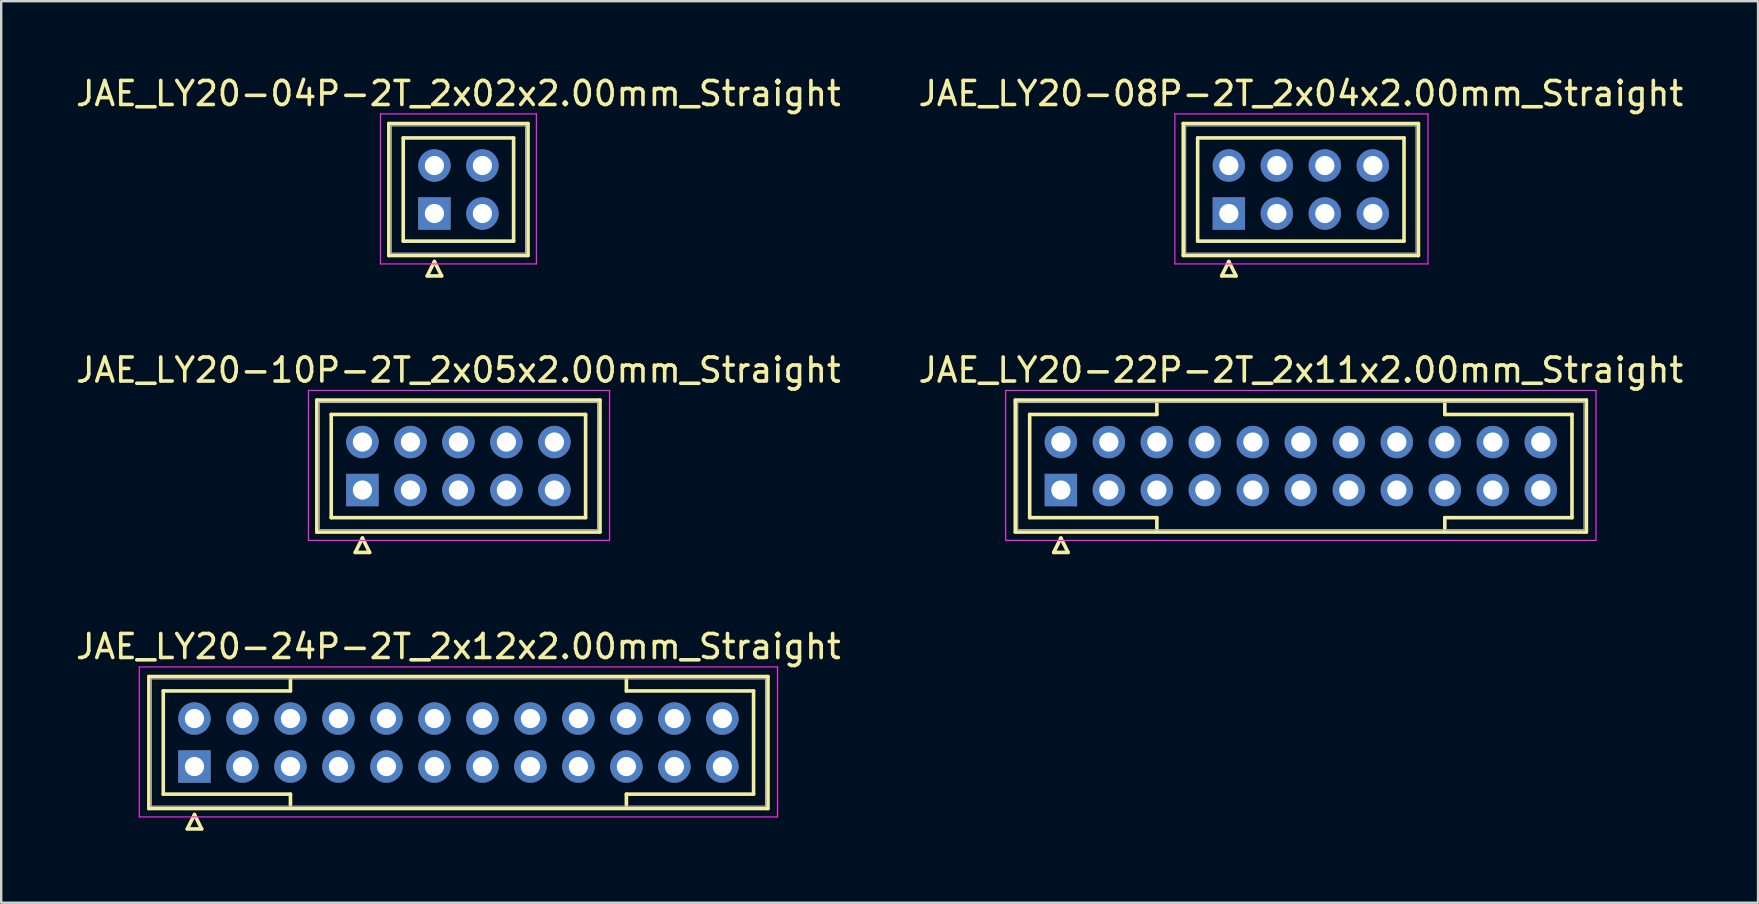
<source format=kicad_pcb>
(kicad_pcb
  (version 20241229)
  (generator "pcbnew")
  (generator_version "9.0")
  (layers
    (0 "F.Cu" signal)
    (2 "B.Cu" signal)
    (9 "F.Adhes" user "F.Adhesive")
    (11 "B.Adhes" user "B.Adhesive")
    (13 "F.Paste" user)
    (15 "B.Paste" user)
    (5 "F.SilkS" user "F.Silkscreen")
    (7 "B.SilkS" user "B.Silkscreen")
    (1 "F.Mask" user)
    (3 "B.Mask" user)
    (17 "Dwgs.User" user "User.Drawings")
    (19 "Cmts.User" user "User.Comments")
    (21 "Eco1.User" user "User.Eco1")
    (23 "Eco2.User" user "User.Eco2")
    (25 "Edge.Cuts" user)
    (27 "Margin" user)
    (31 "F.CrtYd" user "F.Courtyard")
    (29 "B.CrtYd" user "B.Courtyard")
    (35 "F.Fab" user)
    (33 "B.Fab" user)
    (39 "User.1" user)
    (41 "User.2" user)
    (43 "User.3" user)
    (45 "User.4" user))
  (footprint "JAE_LY20-24P-2T_2x12x2.00mm_Straight"
    (layer "F.Cu")
    (at 5.054 28.895)
    (property "Reference" "JAE_LY20-24P-2T_2x12x2.00mm_Straight" (at 11 -5 0) (layer "F.SilkS") (effects (font (size 1 1) (thickness 0.15))))
    (attr through_hole)
    (fp_line (start -1.9 -3.75) (end -1.9 1.75) (stroke (width 0.15) (type solid)) (layer "F.SilkS"))
    (fp_line (start -1.9 1.75) (end 23.9 1.75) (stroke (width 0.15) (type solid)) (layer "F.SilkS"))
    (fp_line (start -1.3 -3.15) (end 4 -3.15) (stroke (width 0.15) (type solid)) (layer "F.SilkS"))
    (fp_line (start -1.3 1.15) (end -1.3 -3.15) (stroke (width 0.15) (type solid)) (layer "F.SilkS"))
    (fp_line (start -0.3 2.6) (end 0.3 2.6) (stroke (width 0.15) (type solid)) (layer "F.SilkS"))
    (fp_line (start 0 2) (end -0.3 2.6) (stroke (width 0.15) (type solid)) (layer "F.SilkS"))
    (fp_line (start 0.3 2.6) (end 0 2) (stroke (width 0.15) (type solid)) (layer "F.SilkS"))
    (fp_line (start 4 -3.15) (end 4 -3.65) (stroke (width 0.15) (type solid)) (layer "F.SilkS"))
    (fp_line (start 4 1.15) (end -1.3 1.15) (stroke (width 0.15) (type solid)) (layer "F.SilkS"))
    (fp_line (start 4 1.65) (end 4 1.15) (stroke (width 0.15) (type solid)) (layer "F.SilkS"))
    (fp_line (start 18 -3.15) (end 18 -3.65) (stroke (width 0.15) (type solid)) (layer "F.SilkS"))
    (fp_line (start 18 1.15) (end 23.3 1.15) (stroke (width 0.15) (type solid)) (layer "F.SilkS"))
    (fp_line (start 18 1.65) (end 18 1.15) (stroke (width 0.15) (type solid)) (layer "F.SilkS"))
    (fp_line (start 23.3 -3.15) (end 18 -3.15) (stroke (width 0.15) (type solid)) (layer "F.SilkS"))
    (fp_line (start 23.3 1.15) (end 23.3 -3.15) (stroke (width 0.15) (type solid)) (layer "F.SilkS"))
    (fp_line (start 23.9 -3.75) (end -1.9 -3.75) (stroke (width 0.15) (type solid)) (layer "F.SilkS"))
    (fp_line (start 23.9 1.75) (end 23.9 -3.75) (stroke (width 0.15) (type solid)) (layer "F.SilkS"))
    (fp_line (start -2.3 -4.15) (end -2.3 2.1) (stroke (width 0.05) (type solid)) (layer "F.CrtYd"))
    (fp_line (start -2.3 2.1) (end 24.3 2.1) (stroke (width 0.05) (type solid)) (layer "F.CrtYd"))
    (fp_line (start 24.3 -4.15) (end -2.3 -4.15) (stroke (width 0.05) (type solid)) (layer "F.CrtYd"))
    (fp_line (start 24.3 2.1) (end 24.3 -4.15) (stroke (width 0.05) (type solid)) (layer "F.CrtYd"))
    (fp_line (start -1.8 -3.65) (end -1.8 1.65) (stroke (width 0.05) (type solid)) (layer "F.Fab"))
    (fp_line (start -1.8 1.65) (end 23.8 1.65) (stroke (width 0.05) (type solid)) (layer "F.Fab"))
    (fp_line (start 23.8 -3.65) (end -1.8 -3.65) (stroke (width 0.05) (type solid)) (layer "F.Fab"))
    (fp_line (start 23.8 1.65) (end 23.8 -3.65) (stroke (width 0.05) (type solid)) (layer "F.Fab"))
    (pad "1" thru_hole rect (at 0 0) (size 1.35 1.35) (drill 0.8) (layers "*.Cu" "*.Mask"))
    (pad "2" thru_hole circle (at 2 0) (size 1.35 1.35) (drill 0.8) (layers "*.Cu" "*.Mask"))
    (pad "3" thru_hole circle (at 4 0) (size 1.35 1.35) (drill 0.8) (layers "*.Cu" "*.Mask"))
    (pad "4" thru_hole circle (at 6 0) (size 1.35 1.35) (drill 0.8) (layers "*.Cu" "*.Mask"))
    (pad "5" thru_hole circle (at 8 0) (size 1.35 1.35) (drill 0.8) (layers "*.Cu" "*.Mask"))
    (pad "6" thru_hole circle (at 10 0) (size 1.35 1.35) (drill 0.8) (layers "*.Cu" "*.Mask"))
    (pad "7" thru_hole circle (at 12 0) (size 1.35 1.35) (drill 0.8) (layers "*.Cu" "*.Mask"))
    (pad "8" thru_hole circle (at 14 0) (size 1.35 1.35) (drill 0.8) (layers "*.Cu" "*.Mask"))
    (pad "9" thru_hole circle (at 16 0) (size 1.35 1.35) (drill 0.8) (layers "*.Cu" "*.Mask"))
    (pad "10" thru_hole circle (at 18 0) (size 1.35 1.35) (drill 0.8) (layers "*.Cu" "*.Mask"))
    (pad "11" thru_hole circle (at 20 0) (size 1.35 1.35) (drill 0.8) (layers "*.Cu" "*.Mask"))
    (pad "12" thru_hole circle (at 22 0) (size 1.35 1.35) (drill 0.8) (layers "*.Cu" "*.Mask"))
    (pad "13" thru_hole circle (at 0 -2) (size 1.35 1.35) (drill 0.8) (layers "*.Cu" "*.Mask"))
    (pad "14" thru_hole circle (at 2 -2) (size 1.35 1.35) (drill 0.8) (layers "*.Cu" "*.Mask"))
    (pad "15" thru_hole circle (at 4 -2) (size 1.35 1.35) (drill 0.8) (layers "*.Cu" "*.Mask"))
    (pad "16" thru_hole circle (at 6 -2) (size 1.35 1.35) (drill 0.8) (layers "*.Cu" "*.Mask"))
    (pad "17" thru_hole circle (at 8 -2) (size 1.35 1.35) (drill 0.8) (layers "*.Cu" "*.Mask"))
    (pad "18" thru_hole circle (at 10 -2) (size 1.35 1.35) (drill 0.8) (layers "*.Cu" "*.Mask"))
    (pad "19" thru_hole circle (at 12 -2) (size 1.35 1.35) (drill 0.8) (layers "*.Cu" "*.Mask"))
    (pad "20" thru_hole circle (at 14 -2) (size 1.35 1.35) (drill 0.8) (layers "*.Cu" "*.Mask"))
    (pad "21" thru_hole circle (at 16 -2) (size 1.35 1.35) (drill 0.8) (layers "*.Cu" "*.Mask"))
    (pad "22" thru_hole circle (at 18 -2) (size 1.35 1.35) (drill 0.8) (layers "*.Cu" "*.Mask"))
    (pad "23" thru_hole circle (at 20 -2) (size 1.35 1.35) (drill 0.8) (layers "*.Cu" "*.Mask"))
    (pad "24" thru_hole circle (at 22 -2) (size 1.35 1.35) (drill 0.8) (layers "*.Cu" "*.Mask")))
  (footprint "JAE_LY20-08P-2T_2x04x2.00mm_Straight"
    (layer "F.Cu")
    (at 48.161 5.848)
    (property "Reference" "JAE_LY20-08P-2T_2x04x2.00mm_Straight" (at 3 -5 0) (layer "F.SilkS") (effects (font (size 1 1) (thickness 0.15))))
    (attr through_hole)
    (fp_line (start -1.9 -3.75) (end -1.9 1.75) (stroke (width 0.15) (type solid)) (layer "F.SilkS"))
    (fp_line (start -1.9 1.75) (end 7.9 1.75) (stroke (width 0.15) (type solid)) (layer "F.SilkS"))
    (fp_line (start -1.3 -3.15) (end -1.3 1.15) (stroke (width 0.15) (type solid)) (layer "F.SilkS"))
    (fp_line (start -1.3 1.15) (end 7.3 1.15) (stroke (width 0.15) (type solid)) (layer "F.SilkS"))
    (fp_line (start -0.3 2.6) (end 0.3 2.6) (stroke (width 0.15) (type solid)) (layer "F.SilkS"))
    (fp_line (start 0 2) (end -0.3 2.6) (stroke (width 0.15) (type solid)) (layer "F.SilkS"))
    (fp_line (start 0.3 2.6) (end 0 2) (stroke (width 0.15) (type solid)) (layer "F.SilkS"))
    (fp_line (start 7.3 -3.15) (end -1.3 -3.15) (stroke (width 0.15) (type solid)) (layer "F.SilkS"))
    (fp_line (start 7.3 1.15) (end 7.3 -3.15) (stroke (width 0.15) (type solid)) (layer "F.SilkS"))
    (fp_line (start 7.9 -3.75) (end -1.9 -3.75) (stroke (width 0.15) (type solid)) (layer "F.SilkS"))
    (fp_line (start 7.9 1.75) (end 7.9 -3.75) (stroke (width 0.15) (type solid)) (layer "F.SilkS"))
    (fp_line (start -2.25 -4.15) (end -2.25 2.1) (stroke (width 0.05) (type solid)) (layer "F.CrtYd"))
    (fp_line (start -2.25 2.1) (end 8.3 2.1) (stroke (width 0.05) (type solid)) (layer "F.CrtYd"))
    (fp_line (start 8.3 -4.15) (end -2.25 -4.15) (stroke (width 0.05) (type solid)) (layer "F.CrtYd"))
    (fp_line (start 8.3 2.1) (end 8.3 -4.15) (stroke (width 0.05) (type solid)) (layer "F.CrtYd"))
    (fp_line (start -1.8 -3.65) (end -1.8 1.65) (stroke (width 0.05) (type solid)) (layer "F.Fab"))
    (fp_line (start -1.8 1.65) (end 7.8 1.65) (stroke (width 0.05) (type solid)) (layer "F.Fab"))
    (fp_line (start 7.8 -3.65) (end -1.8 -3.65) (stroke (width 0.05) (type solid)) (layer "F.Fab"))
    (fp_line (start 7.8 1.65) (end 7.8 -3.65) (stroke (width 0.05) (type solid)) (layer "F.Fab"))
    (pad "1" thru_hole rect (at 0 0) (size 1.35 1.35) (drill 0.8) (layers "*.Cu" "*.Mask"))
    (pad "2" thru_hole circle (at 2 0) (size 1.35 1.35) (drill 0.8) (layers "*.Cu" "*.Mask"))
    (pad "3" thru_hole circle (at 4 0) (size 1.35 1.35) (drill 0.8) (layers "*.Cu" "*.Mask"))
    (pad "4" thru_hole circle (at 6 0) (size 1.35 1.35) (drill 0.8) (layers "*.Cu" "*.Mask"))
    (pad "5" thru_hole circle (at 0 -2) (size 1.35 1.35) (drill 0.8) (layers "*.Cu" "*.Mask"))
    (pad "6" thru_hole circle (at 2 -2) (size 1.35 1.35) (drill 0.8) (layers "*.Cu" "*.Mask"))
    (pad "7" thru_hole circle (at 4 -2) (size 1.35 1.35) (drill 0.8) (layers "*.Cu" "*.Mask"))
    (pad "8" thru_hole circle (at 6 -2) (size 1.35 1.35) (drill 0.8) (layers "*.Cu" "*.Mask")))
  (footprint "JAE_LY20-10P-2T_2x05x2.00mm_Straight"
    (layer "F.Cu")
    (at 12.054 17.372)
    (property "Reference" "JAE_LY20-10P-2T_2x05x2.00mm_Straight" (at 4 -5 0) (layer "F.SilkS") (effects (font (size 1 1) (thickness 0.15))))
    (attr through_hole)
    (fp_line (start -1.9 -3.75) (end -1.9 1.75) (stroke (width 0.15) (type solid)) (layer "F.SilkS"))
    (fp_line (start -1.9 1.75) (end 9.9 1.75) (stroke (width 0.15) (type solid)) (layer "F.SilkS"))
    (fp_line (start -1.3 -3.15) (end -1.3 1.15) (stroke (width 0.15) (type solid)) (layer "F.SilkS"))
    (fp_line (start -1.3 1.15) (end 9.3 1.15) (stroke (width 0.15) (type solid)) (layer "F.SilkS"))
    (fp_line (start -0.3 2.6) (end 0.3 2.6) (stroke (width 0.15) (type solid)) (layer "F.SilkS"))
    (fp_line (start 0 2) (end -0.3 2.6) (stroke (width 0.15) (type solid)) (layer "F.SilkS"))
    (fp_line (start 0.3 2.6) (end 0 2) (stroke (width 0.15) (type solid)) (layer "F.SilkS"))
    (fp_line (start 9.3 -3.15) (end -1.3 -3.15) (stroke (width 0.15) (type solid)) (layer "F.SilkS"))
    (fp_line (start 9.3 1.15) (end 9.3 -3.15) (stroke (width 0.15) (type solid)) (layer "F.SilkS"))
    (fp_line (start 9.9 -3.75) (end -1.9 -3.75) (stroke (width 0.15) (type solid)) (layer "F.SilkS"))
    (fp_line (start 9.9 1.75) (end 9.9 -3.75) (stroke (width 0.15) (type solid)) (layer "F.SilkS"))
    (fp_line (start -2.25 -4.15) (end -2.25 2.1) (stroke (width 0.05) (type solid)) (layer "F.CrtYd"))
    (fp_line (start -2.25 2.1) (end 10.3 2.1) (stroke (width 0.05) (type solid)) (layer "F.CrtYd"))
    (fp_line (start 10.3 -4.15) (end -2.25 -4.15) (stroke (width 0.05) (type solid)) (layer "F.CrtYd"))
    (fp_line (start 10.3 2.1) (end 10.3 -4.15) (stroke (width 0.05) (type solid)) (layer "F.CrtYd"))
    (fp_line (start -1.8 -3.65) (end -1.8 1.65) (stroke (width 0.05) (type solid)) (layer "F.Fab"))
    (fp_line (start -1.8 1.65) (end 9.8 1.65) (stroke (width 0.05) (type solid)) (layer "F.Fab"))
    (fp_line (start 9.8 -3.65) (end -1.8 -3.65) (stroke (width 0.05) (type solid)) (layer "F.Fab"))
    (fp_line (start 9.8 1.65) (end 9.8 -3.65) (stroke (width 0.05) (type solid)) (layer "F.Fab"))
    (pad "1" thru_hole rect (at 0 0) (size 1.35 1.35) (drill 0.8) (layers "*.Cu" "*.Mask"))
    (pad "2" thru_hole circle (at 2 0) (size 1.35 1.35) (drill 0.8) (layers "*.Cu" "*.Mask"))
    (pad "3" thru_hole circle (at 4 0) (size 1.35 1.35) (drill 0.8) (layers "*.Cu" "*.Mask"))
    (pad "4" thru_hole circle (at 6 0) (size 1.35 1.35) (drill 0.8) (layers "*.Cu" "*.Mask"))
    (pad "5" thru_hole circle (at 8 0) (size 1.35 1.35) (drill 0.8) (layers "*.Cu" "*.Mask"))
    (pad "6" thru_hole circle (at 0 -2) (size 1.35 1.35) (drill 0.8) (layers "*.Cu" "*.Mask"))
    (pad "7" thru_hole circle (at 2 -2) (size 1.35 1.35) (drill 0.8) (layers "*.Cu" "*.Mask"))
    (pad "8" thru_hole circle (at 4 -2) (size 1.35 1.35) (drill 0.8) (layers "*.Cu" "*.Mask"))
    (pad "9" thru_hole circle (at 6 -2) (size 1.35 1.35) (drill 0.8) (layers "*.Cu" "*.Mask"))
    (pad "10" thru_hole circle (at 8 -2) (size 1.35 1.35) (drill 0.8) (layers "*.Cu" "*.Mask")))
  (footprint "JAE_LY20-04P-2T_2x02x2.00mm_Straight"
    (layer "F.Cu")
    (at 15.054 5.848)
    (property "Reference" "JAE_LY20-04P-2T_2x02x2.00mm_Straight" (at 1 -5 0) (layer "F.SilkS") (effects (font (size 1 1) (thickness 0.15))))
    (attr through_hole)
    (fp_line (start -1.9 -3.75) (end -1.9 1.75) (stroke (width 0.15) (type solid)) (layer "F.SilkS"))
    (fp_line (start -1.9 1.75) (end 3.9 1.75) (stroke (width 0.15) (type solid)) (layer "F.SilkS"))
    (fp_line (start -1.3 -3.15) (end -1.3 1.15) (stroke (width 0.15) (type solid)) (layer "F.SilkS"))
    (fp_line (start -1.3 1.15) (end 3.3 1.15) (stroke (width 0.15) (type solid)) (layer "F.SilkS"))
    (fp_line (start -0.3 2.6) (end 0.3 2.6) (stroke (width 0.15) (type solid)) (layer "F.SilkS"))
    (fp_line (start 0 2) (end -0.3 2.6) (stroke (width 0.15) (type solid)) (layer "F.SilkS"))
    (fp_line (start 0.3 2.6) (end 0 2) (stroke (width 0.15) (type solid)) (layer "F.SilkS"))
    (fp_line (start 3.3 -3.15) (end -1.3 -3.15) (stroke (width 0.15) (type solid)) (layer "F.SilkS"))
    (fp_line (start 3.3 1.15) (end 3.3 -3.15) (stroke (width 0.15) (type solid)) (layer "F.SilkS"))
    (fp_line (start 3.9 -3.75) (end -1.9 -3.75) (stroke (width 0.15) (type solid)) (layer "F.SilkS"))
    (fp_line (start 3.9 1.75) (end 3.9 -3.75) (stroke (width 0.15) (type solid)) (layer "F.SilkS"))
    (fp_line (start -2.25 -4.15) (end -2.25 2.1) (stroke (width 0.05) (type solid)) (layer "F.CrtYd"))
    (fp_line (start -2.25 2.1) (end 4.25 2.1) (stroke (width 0.05) (type solid)) (layer "F.CrtYd"))
    (fp_line (start 4.25 -4.15) (end -2.25 -4.15) (stroke (width 0.05) (type solid)) (layer "F.CrtYd"))
    (fp_line (start 4.25 2.1) (end 4.25 -4.15) (stroke (width 0.05) (type solid)) (layer "F.CrtYd"))
    (fp_line (start -1.8 -3.65) (end -1.8 1.65) (stroke (width 0.05) (type solid)) (layer "F.Fab"))
    (fp_line (start -1.8 1.65) (end 3.8 1.65) (stroke (width 0.05) (type solid)) (layer "F.Fab"))
    (fp_line (start 3.8 -3.65) (end -1.8 -3.65) (stroke (width 0.05) (type solid)) (layer "F.Fab"))
    (fp_line (start 3.8 1.65) (end 3.8 -3.65) (stroke (width 0.05) (type solid)) (layer "F.Fab"))
    (pad "1" thru_hole rect (at 0 0) (size 1.35 1.35) (drill 0.8) (layers "*.Cu" "*.Mask"))
    (pad "2" thru_hole circle (at 2 0) (size 1.35 1.35) (drill 0.8) (layers "*.Cu" "*.Mask"))
    (pad "3" thru_hole circle (at 0 -2) (size 1.35 1.35) (drill 0.8) (layers "*.Cu" "*.Mask"))
    (pad "4" thru_hole circle (at 2 -2) (size 1.35 1.35) (drill 0.8) (layers "*.Cu" "*.Mask")))
  (footprint "JAE_LY20-22P-2T_2x11x2.00mm_Straight"
    (layer "F.Cu")
    (at 41.161 17.372)
    (property "Reference" "JAE_LY20-22P-2T_2x11x2.00mm_Straight" (at 10 -5 0) (layer "F.SilkS") (effects (font (size 1 1) (thickness 0.15))))
    (attr through_hole)
    (fp_line (start -1.9 -3.75) (end -1.9 1.75) (stroke (width 0.15) (type solid)) (layer "F.SilkS"))
    (fp_line (start -1.9 1.75) (end 21.9 1.75) (stroke (width 0.15) (type solid)) (layer "F.SilkS"))
    (fp_line (start -1.3 -3.15) (end 4 -3.15) (stroke (width 0.15) (type solid)) (layer "F.SilkS"))
    (fp_line (start -1.3 1.15) (end -1.3 -3.15) (stroke (width 0.15) (type solid)) (layer "F.SilkS"))
    (fp_line (start -0.3 2.6) (end 0.3 2.6) (stroke (width 0.15) (type solid)) (layer "F.SilkS"))
    (fp_line (start 0 2) (end -0.3 2.6) (stroke (width 0.15) (type solid)) (layer "F.SilkS"))
    (fp_line (start 0.3 2.6) (end 0 2) (stroke (width 0.15) (type solid)) (layer "F.SilkS"))
    (fp_line (start 4 -3.15) (end 4 -3.65) (stroke (width 0.15) (type solid)) (layer "F.SilkS"))
    (fp_line (start 4 1.15) (end -1.3 1.15) (stroke (width 0.15) (type solid)) (layer "F.SilkS"))
    (fp_line (start 4 1.65) (end 4 1.15) (stroke (width 0.15) (type solid)) (layer "F.SilkS"))
    (fp_line (start 16 -3.15) (end 16 -3.65) (stroke (width 0.15) (type solid)) (layer "F.SilkS"))
    (fp_line (start 16 1.15) (end 21.3 1.15) (stroke (width 0.15) (type solid)) (layer "F.SilkS"))
    (fp_line (start 16 1.65) (end 16 1.15) (stroke (width 0.15) (type solid)) (layer "F.SilkS"))
    (fp_line (start 21.3 -3.15) (end 16 -3.15) (stroke (width 0.15) (type solid)) (layer "F.SilkS"))
    (fp_line (start 21.3 1.15) (end 21.3 -3.15) (stroke (width 0.15) (type solid)) (layer "F.SilkS"))
    (fp_line (start 21.9 -3.75) (end -1.9 -3.75) (stroke (width 0.15) (type solid)) (layer "F.SilkS"))
    (fp_line (start 21.9 1.75) (end 21.9 -3.75) (stroke (width 0.15) (type solid)) (layer "F.SilkS"))
    (fp_line (start -2.3 -4.15) (end -2.3 2.1) (stroke (width 0.05) (type solid)) (layer "F.CrtYd"))
    (fp_line (start -2.3 2.1) (end 22.3 2.1) (stroke (width 0.05) (type solid)) (layer "F.CrtYd"))
    (fp_line (start 22.3 -4.15) (end -2.3 -4.15) (stroke (width 0.05) (type solid)) (layer "F.CrtYd"))
    (fp_line (start 22.3 2.1) (end 22.3 -4.15) (stroke (width 0.05) (type solid)) (layer "F.CrtYd"))
    (fp_line (start -1.8 -3.65) (end -1.8 1.65) (stroke (width 0.05) (type solid)) (layer "F.Fab"))
    (fp_line (start -1.8 1.65) (end 21.8 1.65) (stroke (width 0.05) (type solid)) (layer "F.Fab"))
    (fp_line (start 21.8 -3.65) (end -1.8 -3.65) (stroke (width 0.05) (type solid)) (layer "F.Fab"))
    (fp_line (start 21.8 1.65) (end 21.8 -3.65) (stroke (width 0.05) (type solid)) (layer "F.Fab"))
    (pad "1" thru_hole rect (at 0 0) (size 1.35 1.35) (drill 0.8) (layers "*.Cu" "*.Mask"))
    (pad "2" thru_hole circle (at 2 0) (size 1.35 1.35) (drill 0.8) (layers "*.Cu" "*.Mask"))
    (pad "3" thru_hole circle (at 4 0) (size 1.35 1.35) (drill 0.8) (layers "*.Cu" "*.Mask"))
    (pad "4" thru_hole circle (at 6 0) (size 1.35 1.35) (drill 0.8) (layers "*.Cu" "*.Mask"))
    (pad "5" thru_hole circle (at 8 0) (size 1.35 1.35) (drill 0.8) (layers "*.Cu" "*.Mask"))
    (pad "6" thru_hole circle (at 10 0) (size 1.35 1.35) (drill 0.8) (layers "*.Cu" "*.Mask"))
    (pad "7" thru_hole circle (at 12 0) (size 1.35 1.35) (drill 0.8) (layers "*.Cu" "*.Mask"))
    (pad "8" thru_hole circle (at 14 0) (size 1.35 1.35) (drill 0.8) (layers "*.Cu" "*.Mask"))
    (pad "9" thru_hole circle (at 16 0) (size 1.35 1.35) (drill 0.8) (layers "*.Cu" "*.Mask"))
    (pad "10" thru_hole circle (at 18 0) (size 1.35 1.35) (drill 0.8) (layers "*.Cu" "*.Mask"))
    (pad "11" thru_hole circle (at 20 0) (size 1.35 1.35) (drill 0.8) (layers "*.Cu" "*.Mask"))
    (pad "12" thru_hole circle (at 0 -2) (size 1.35 1.35) (drill 0.8) (layers "*.Cu" "*.Mask"))
    (pad "13" thru_hole circle (at 2 -2) (size 1.35 1.35) (drill 0.8) (layers "*.Cu" "*.Mask"))
    (pad "14" thru_hole circle (at 4 -2) (size 1.35 1.35) (drill 0.8) (layers "*.Cu" "*.Mask"))
    (pad "15" thru_hole circle (at 6 -2) (size 1.35 1.35) (drill 0.8) (layers "*.Cu" "*.Mask"))
    (pad "16" thru_hole circle (at 8 -2) (size 1.35 1.35) (drill 0.8) (layers "*.Cu" "*.Mask"))
    (pad "17" thru_hole circle (at 10 -2) (size 1.35 1.35) (drill 0.8) (layers "*.Cu" "*.Mask"))
    (pad "18" thru_hole circle (at 12 -2) (size 1.35 1.35) (drill 0.8) (layers "*.Cu" "*.Mask"))
    (pad "19" thru_hole circle (at 14 -2) (size 1.35 1.35) (drill 0.8) (layers "*.Cu" "*.Mask"))
    (pad "20" thru_hole circle (at 16 -2) (size 1.35 1.35) (drill 0.8) (layers "*.Cu" "*.Mask"))
    (pad "21" thru_hole circle (at 18 -2) (size 1.35 1.35) (drill 0.8) (layers "*.Cu" "*.Mask"))
    (pad "22" thru_hole circle (at 20 -2) (size 1.35 1.35) (drill 0.8) (layers "*.Cu" "*.Mask")))
  (gr_rect
    (start -3 -3)
    (end 70.214 34.57)
    (stroke (width 0.1) (type default))
    (fill no)
    (layer "Edge.Cuts")))
</source>
